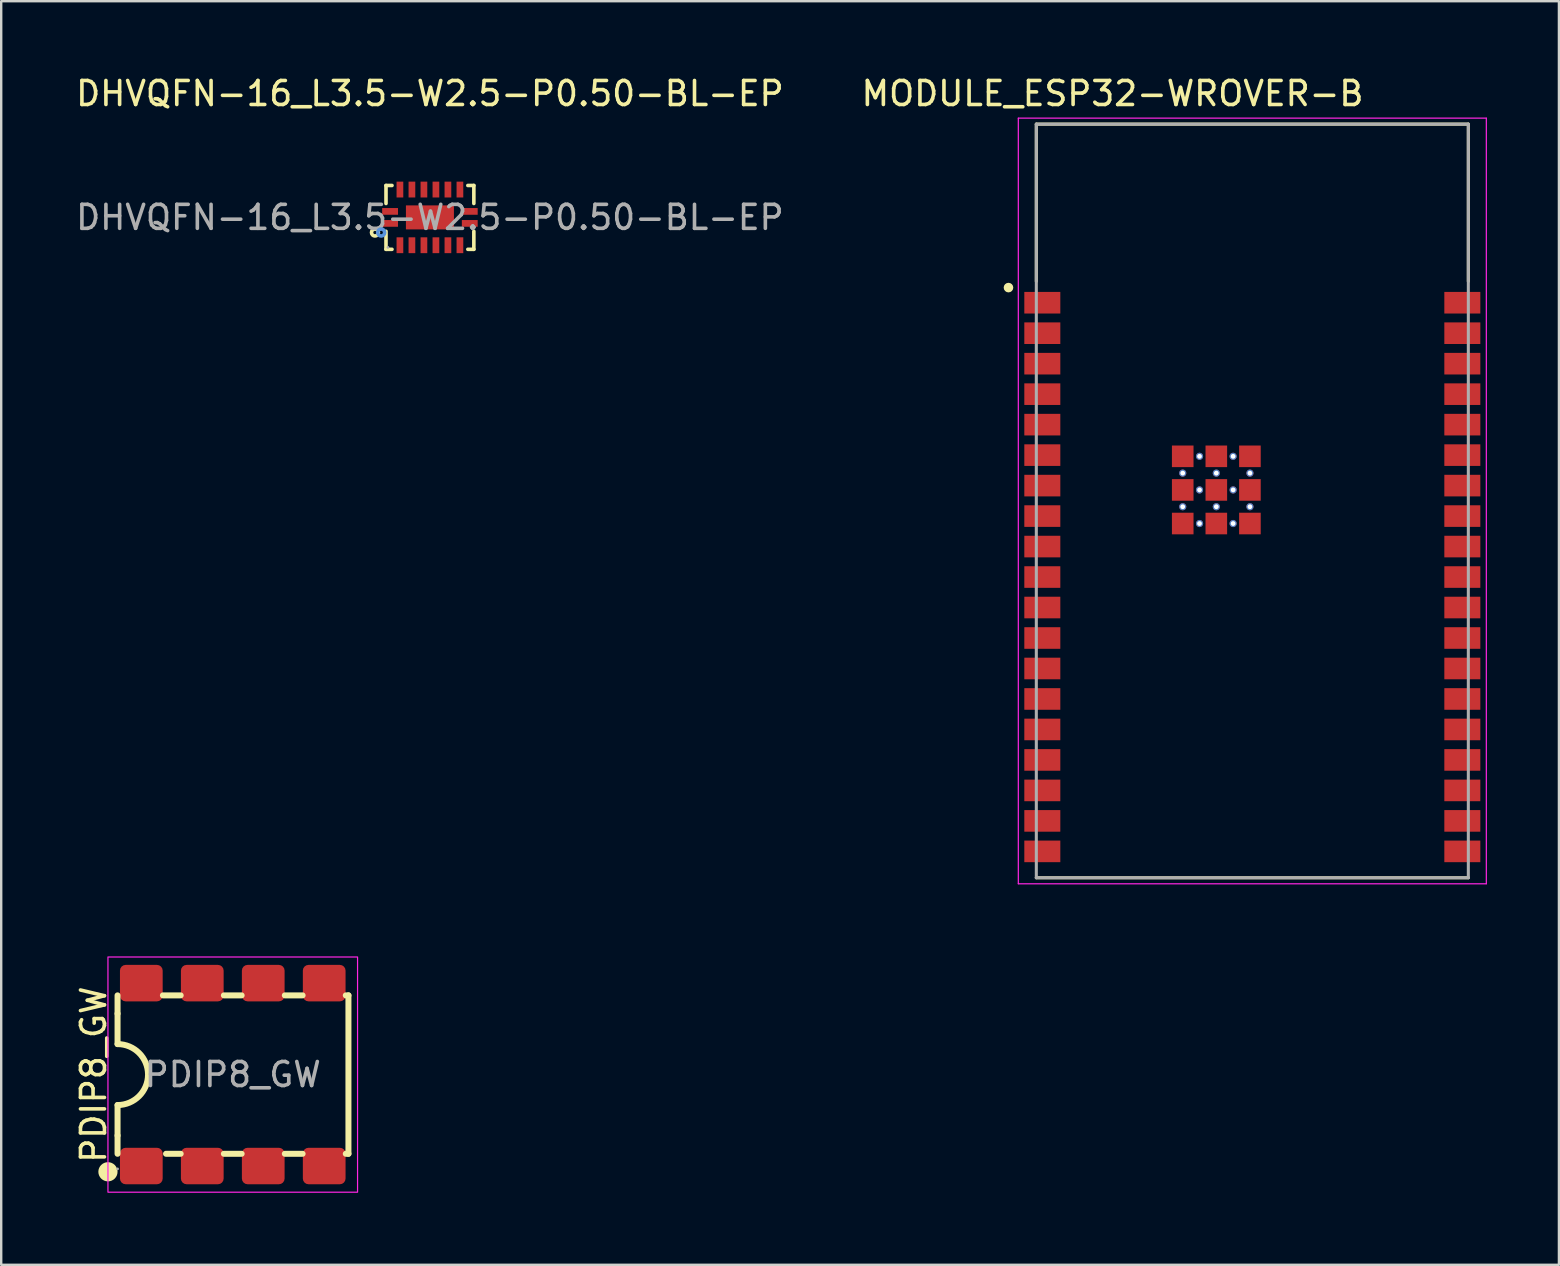
<source format=kicad_pcb>
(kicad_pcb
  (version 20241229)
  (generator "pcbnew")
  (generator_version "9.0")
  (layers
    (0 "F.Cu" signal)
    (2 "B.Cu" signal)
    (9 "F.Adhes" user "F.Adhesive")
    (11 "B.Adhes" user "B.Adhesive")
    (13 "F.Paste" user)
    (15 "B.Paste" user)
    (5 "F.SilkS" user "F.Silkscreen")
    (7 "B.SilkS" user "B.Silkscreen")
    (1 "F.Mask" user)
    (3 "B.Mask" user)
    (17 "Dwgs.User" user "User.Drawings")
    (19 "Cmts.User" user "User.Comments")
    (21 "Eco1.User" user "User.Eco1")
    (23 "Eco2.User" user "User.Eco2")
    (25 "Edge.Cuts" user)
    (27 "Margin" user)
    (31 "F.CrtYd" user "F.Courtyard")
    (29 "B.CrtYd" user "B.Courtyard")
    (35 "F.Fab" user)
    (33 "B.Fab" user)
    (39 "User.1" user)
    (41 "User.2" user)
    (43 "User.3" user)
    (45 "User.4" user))
  (footprint "DHVQFN-16_L3.5-W2.5-P0.50-BL-EP"
    (layer "F.Cu")
    (at 14.863 6.008)
    (property "Reference" "DHVQFN-16_L3.5-W2.5-P0.50-BL-EP" (at 0 -5.16 0) (layer "F.SilkS") (effects (font (size 1 1) (thickness 0.15))))
    (attr smd)
    (fp_line (start -1.83 -1.33) (end -1.58 -1.33) (stroke (width 0.15) (type solid)) (layer "F.SilkS"))
    (fp_line (start -1.83 -0.58) (end -1.83 -1.33) (stroke (width 0.15) (type solid)) (layer "F.SilkS"))
    (fp_line (start -1.83 0.58) (end -1.83 1.33) (stroke (width 0.15) (type solid)) (layer "F.SilkS"))
    (fp_line (start -1.83 1.33) (end -1.58 1.33) (stroke (width 0.15) (type solid)) (layer "F.SilkS"))
    (fp_line (start 1.83 -1.33) (end 1.58 -1.33) (stroke (width 0.15) (type solid)) (layer "F.SilkS"))
    (fp_line (start 1.83 -0.58) (end 1.83 -1.33) (stroke (width 0.15) (type solid)) (layer "F.SilkS"))
    (fp_line (start 1.83 0.58) (end 1.83 1.33) (stroke (width 0.15) (type solid)) (layer "F.SilkS"))
    (fp_line (start 1.83 1.33) (end 1.58 1.33) (stroke (width 0.15) (type solid)) (layer "F.SilkS"))
    (fp_circle (center -2.29 0.63) (end -2.22 0.63) (stroke (width 0.15) (type solid)) (fill no) (layer "F.SilkS"))
    (fp_circle (center -2.03 0.63) (end -1.96 0.63) (stroke (width 0.15) (type solid)) (fill no) (layer "Cmts.User"))
    (fp_circle (center -1.75 1.25) (end -1.72 1.25) (stroke (width 0.06) (type solid)) (fill no) (layer "F.Fab"))
    (fp_text user "${REFERENCE}" (at 0 0 0) (layer "F.Fab") (effects (font (size 1 1) (thickness 0.15))))
    (pad "1" smd rect (at -1.66 0.25) (size 0.66 0.28) (layers "F.Cu" "F.Mask" "F.Paste"))
    (pad "2" smd rect (at -1.25 1.16) (size 0.28 0.66) (layers "F.Cu" "F.Mask" "F.Paste"))
    (pad "3" smd rect (at -0.75 1.16) (size 0.28 0.66) (layers "F.Cu" "F.Mask" "F.Paste"))
    (pad "4" smd rect (at -0.25 1.16) (size 0.28 0.66) (layers "F.Cu" "F.Mask" "F.Paste"))
    (pad "5" smd rect (at 0.25 1.16) (size 0.28 0.66) (layers "F.Cu" "F.Mask" "F.Paste"))
    (pad "6" smd rect (at 0.75 1.16) (size 0.28 0.66) (layers "F.Cu" "F.Mask" "F.Paste"))
    (pad "7" smd rect (at 1.25 1.16) (size 0.28 0.66) (layers "F.Cu" "F.Mask" "F.Paste"))
    (pad "8" smd rect (at 1.66 0.25) (size 0.66 0.28) (layers "F.Cu" "F.Mask" "F.Paste"))
    (pad "9" smd rect (at 1.66 -0.25) (size 0.66 0.28) (layers "F.Cu" "F.Mask" "F.Paste"))
    (pad "10" smd rect (at 1.25 -1.16) (size 0.28 0.66) (layers "F.Cu" "F.Mask" "F.Paste"))
    (pad "11" smd rect (at 0.75 -1.16) (size 0.28 0.66) (layers "F.Cu" "F.Mask" "F.Paste"))
    (pad "12" smd rect (at 0.25 -1.16) (size 0.28 0.66) (layers "F.Cu" "F.Mask" "F.Paste"))
    (pad "13" smd rect (at -0.25 -1.16) (size 0.28 0.66) (layers "F.Cu" "F.Mask" "F.Paste"))
    (pad "14" smd rect (at -0.75 -1.16) (size 0.28 0.66) (layers "F.Cu" "F.Mask" "F.Paste"))
    (pad "15" smd rect (at -1.25 -1.16) (size 0.28 0.66) (layers "F.Cu" "F.Mask" "F.Paste"))
    (pad "16" smd rect (at -1.66 -0.25) (size 0.66 0.28) (layers "F.Cu" "F.Mask" "F.Paste"))
    (pad "17" smd rect (at 0 0) (size 2 1) (layers "F.Cu" "F.Mask" "F.Paste")))
  (footprint "PDIP8_GW"
    (layer "F.Cu")
    (at 6.648 41.723)
    (property "Reference" "PDIP8_GW" (at -5.8 0 90) (layer "F.SilkS") (effects (font (size 1 1) (thickness 0.15))))
    (attr smd)
    (fp_line (start -4.8 -2.54) (end -4.8 -3.3) (stroke (width 0.25) (type solid)) (layer "F.SilkS"))
    (fp_line (start -4.8 -1.27) (end -4.8 -2.54) (stroke (width 0.25) (type solid)) (layer "F.SilkS"))
    (fp_line (start -4.8 2.54) (end -4.8 1.27) (stroke (width 0.25) (type solid)) (layer "F.SilkS"))
    (fp_line (start -4.8 3.3) (end -4.8 2.54) (stroke (width 0.25) (type solid)) (layer "F.SilkS"))
    (fp_line (start -2.91 -3.3) (end -2.17 -3.3) (stroke (width 0.25) (type solid)) (layer "F.SilkS"))
    (fp_line (start -2.17 3.3) (end -2.78 3.3) (stroke (width 0.25) (type solid)) (layer "F.SilkS"))
    (fp_line (start -0.37 -3.3) (end 0.37 -3.3) (stroke (width 0.25) (type solid)) (layer "F.SilkS"))
    (fp_line (start 0.37 3.3) (end -0.37 3.3) (stroke (width 0.25) (type solid)) (layer "F.SilkS"))
    (fp_line (start 2.17 -3.3) (end 2.91 -3.3) (stroke (width 0.25) (type solid)) (layer "F.SilkS"))
    (fp_line (start 2.91 3.3) (end 2.17 3.3) (stroke (width 0.25) (type solid)) (layer "F.SilkS"))
    (fp_line (start 4.71 -3.3) (end 4.82 -3.3) (stroke (width 0.25) (type solid)) (layer "F.SilkS"))
    (fp_line (start 4.82 -3.3) (end 4.82 3.3) (stroke (width 0.25) (type solid)) (layer "F.SilkS"))
    (fp_line (start 4.82 3.3) (end 4.71 3.3) (stroke (width 0.25) (type solid)) (layer "F.SilkS"))
    (fp_arc (start -4.8 -1.27) (mid -3.53 0) (end -4.8 1.27) (stroke (width 0.25) (type solid)) (layer "F.SilkS"))
    (fp_circle (center -5.2 4.05) (end -5 4.05) (stroke (width 0.4) (type solid)) (fill no) (layer "F.SilkS"))
    (fp_rect (start -5.2 -4.9) (end 5.2 4.9) (stroke (width 0.05) (type default)) (fill no) (layer "F.CrtYd"))
    (fp_circle (center -4.8 3.93) (end -4.77 3.93) (stroke (width 0.06) (type solid)) (fill no) (layer "F.Fab"))
    (fp_text user "${REFERENCE}" (at 0 0 0) (layer "F.Fab") (effects (font (size 1 1) (thickness 0.15))))
    (pad "1" smd roundrect (at -3.81 3.81) (size 1.78 1.52) (layers "F.Cu" "F.Mask" "F.Paste") (roundrect_rratio 0.156))
    (pad "2" smd roundrect (at -1.27 3.81) (size 1.78 1.52) (layers "F.Cu" "F.Mask" "F.Paste") (roundrect_rratio 0.156))
    (pad "3" smd roundrect (at 1.27 3.81) (size 1.78 1.52) (layers "F.Cu" "F.Mask" "F.Paste") (roundrect_rratio 0.156))
    (pad "4" smd roundrect (at 3.81 3.81) (size 1.78 1.52) (layers "F.Cu" "F.Mask" "F.Paste") (roundrect_rratio 0.156))
    (pad "5" smd roundrect (at 3.81 -3.81) (size 1.78 1.52) (layers "F.Cu" "F.Mask" "F.Paste") (roundrect_rratio 0.156))
    (pad "6" smd roundrect (at 1.27 -3.81) (size 1.78 1.52) (layers "F.Cu" "F.Mask" "F.Paste") (roundrect_rratio 0.156))
    (pad "7" smd roundrect (at -1.27 -3.81) (size 1.78 1.52) (layers "F.Cu" "F.Mask" "F.Paste") (roundrect_rratio 0.156))
    (pad "8" smd roundrect (at -3.81 -3.81) (size 1.78 1.52) (layers "F.Cu" "F.Mask" "F.Paste") (roundrect_rratio 0.156)))
  (footprint "MODULE_ESP32-WROVER-B"
    (layer "F.Cu")
    (at 49.129 17.823)
    (property "Reference" "MODULE_ESP32-WROVER-B" (at -5.825 -16.975 0) (layer "F.SilkS") (effects (font (size 1 1) (thickness 0.15))))
    (attr smd)
    (fp_line (start -9 -15.7) (end -9 -9.15) (stroke (width 0.127) (type solid)) (layer "F.SilkS"))
    (fp_line (start -9 15.7) (end 9 15.7) (stroke (width 0.127) (type solid)) (layer "F.SilkS"))
    (fp_line (start 9 -15.7) (end -9 -15.7) (stroke (width 0.127) (type solid)) (layer "F.SilkS"))
    (fp_line (start 9 -9.15) (end 9 -15.7) (stroke (width 0.127) (type solid)) (layer "F.SilkS"))
    (fp_circle (center -10.16 -8.89) (end -10.06 -8.89) (stroke (width 0.2) (type solid)) (fill no) (layer "F.SilkS"))
    (fp_line (start -9.75 -15.95) (end -9.75 15.95) (stroke (width 0.05) (type solid)) (layer "F.CrtYd"))
    (fp_line (start -9.75 15.95) (end 9.75 15.95) (stroke (width 0.05) (type solid)) (layer "F.CrtYd"))
    (fp_line (start 9.75 -15.95) (end -9.75 -15.95) (stroke (width 0.05) (type solid)) (layer "F.CrtYd"))
    (fp_line (start 9.75 15.95) (end 9.75 -15.95) (stroke (width 0.05) (type solid)) (layer "F.CrtYd"))
    (fp_line (start -9 -15.7) (end -9 15.7) (stroke (width 0.127) (type solid)) (layer "F.Fab"))
    (fp_line (start -9 15.7) (end 9 15.7) (stroke (width 0.127) (type solid)) (layer "F.Fab"))
    (fp_line (start 9 -15.7) (end -9 -15.7) (stroke (width 0.127) (type solid)) (layer "F.Fab"))
    (fp_line (start 9 15.7) (end 9 -15.7) (stroke (width 0.127) (type solid)) (layer "F.Fab"))
    (pad "1" smd rect (at -8.75 -8.26) (size 1.5 0.9) (layers "F.Cu" "F.Mask" "F.Paste"))
    (pad "2" smd rect (at -8.75 -6.99) (size 1.5 0.9) (layers "F.Cu" "F.Mask" "F.Paste"))
    (pad "3" smd rect (at -8.75 -5.72) (size 1.5 0.9) (layers "F.Cu" "F.Mask" "F.Paste"))
    (pad "4" smd rect (at -8.75 -4.45) (size 1.5 0.9) (layers "F.Cu" "F.Mask" "F.Paste"))
    (pad "5" smd rect (at -8.75 -3.18) (size 1.5 0.9) (layers "F.Cu" "F.Mask" "F.Paste"))
    (pad "6" smd rect (at -8.75 -1.91) (size 1.5 0.9) (layers "F.Cu" "F.Mask" "F.Paste"))
    (pad "7" smd rect (at -8.75 -0.64) (size 1.5 0.9) (layers "F.Cu" "F.Mask" "F.Paste"))
    (pad "8" smd rect (at -8.75 0.63) (size 1.5 0.9) (layers "F.Cu" "F.Mask" "F.Paste"))
    (pad "9" smd rect (at -8.75 1.9) (size 1.5 0.9) (layers "F.Cu" "F.Mask" "F.Paste"))
    (pad "10" smd rect (at -8.75 3.17) (size 1.5 0.9) (layers "F.Cu" "F.Mask" "F.Paste"))
    (pad "11" smd rect (at -8.75 4.44) (size 1.5 0.9) (layers "F.Cu" "F.Mask" "F.Paste"))
    (pad "12" smd rect (at -8.75 5.71) (size 1.5 0.9) (layers "F.Cu" "F.Mask" "F.Paste"))
    (pad "13" smd rect (at -8.75 6.98) (size 1.5 0.9) (layers "F.Cu" "F.Mask" "F.Paste"))
    (pad "14" smd rect (at -8.75 8.25) (size 1.5 0.9) (layers "F.Cu" "F.Mask" "F.Paste"))
    (pad "15" smd rect (at -8.75 9.52) (size 1.5 0.9) (layers "F.Cu" "F.Mask" "F.Paste"))
    (pad "16" smd rect (at -8.75 10.79) (size 1.5 0.9) (layers "F.Cu" "F.Mask" "F.Paste"))
    (pad "17" smd rect (at -8.75 12.06) (size 1.5 0.9) (layers "F.Cu" "F.Mask" "F.Paste"))
    (pad "18" smd rect (at -8.75 13.33) (size 1.5 0.9) (layers "F.Cu" "F.Mask" "F.Paste"))
    (pad "19" smd rect (at -8.75 14.6) (size 1.5 0.9) (layers "F.Cu" "F.Mask" "F.Paste"))
    (pad "20" smd rect (at 8.75 14.6) (size 1.5 0.9) (layers "F.Cu" "F.Mask" "F.Paste"))
    (pad "21" smd rect (at 8.75 13.33) (size 1.5 0.9) (layers "F.Cu" "F.Mask" "F.Paste"))
    (pad "22" smd rect (at 8.75 12.06) (size 1.5 0.9) (layers "F.Cu" "F.Mask" "F.Paste"))
    (pad "23" smd rect (at 8.75 10.79) (size 1.5 0.9) (layers "F.Cu" "F.Mask" "F.Paste"))
    (pad "24" smd rect (at 8.75 9.52) (size 1.5 0.9) (layers "F.Cu" "F.Mask" "F.Paste"))
    (pad "25" smd rect (at 8.75 8.25) (size 1.5 0.9) (layers "F.Cu" "F.Mask" "F.Paste"))
    (pad "26" smd rect (at 8.75 6.98) (size 1.5 0.9) (layers "F.Cu" "F.Mask" "F.Paste"))
    (pad "27" smd rect (at 8.75 5.71) (size 1.5 0.9) (layers "F.Cu" "F.Mask" "F.Paste"))
    (pad "28" smd rect (at 8.75 4.44) (size 1.5 0.9) (layers "F.Cu" "F.Mask" "F.Paste"))
    (pad "29" smd rect (at 8.75 3.17) (size 1.5 0.9) (layers "F.Cu" "F.Mask" "F.Paste"))
    (pad "30" smd rect (at 8.75 1.9) (size 1.5 0.9) (layers "F.Cu" "F.Mask" "F.Paste"))
    (pad "31" smd rect (at 8.75 0.63) (size 1.5 0.9) (layers "F.Cu" "F.Mask" "F.Paste"))
    (pad "32" smd rect (at 8.75 -0.64) (size 1.5 0.9) (layers "F.Cu" "F.Mask" "F.Paste"))
    (pad "33" smd rect (at 8.75 -1.91) (size 1.5 0.9) (layers "F.Cu" "F.Mask" "F.Paste"))
    (pad "34" smd rect (at 8.75 -3.18) (size 1.5 0.9) (layers "F.Cu" "F.Mask" "F.Paste"))
    (pad "35" smd rect (at 8.75 -4.45) (size 1.5 0.9) (layers "F.Cu" "F.Mask" "F.Paste"))
    (pad "36" smd rect (at 8.75 -5.72) (size 1.5 0.9) (layers "F.Cu" "F.Mask" "F.Paste"))
    (pad "37" smd rect (at 8.75 -6.99) (size 1.5 0.9) (layers "F.Cu" "F.Mask" "F.Paste"))
    (pad "38" smd rect (at 8.75 -8.26) (size 1.5 0.9) (layers "F.Cu" "F.Mask" "F.Paste"))
    (pad "39" smd rect (at -2.9 -0.46) (size 0.9 0.9) (layers "F.Cu" "F.Mask" "F.Paste"))
    (pad "40" smd rect (at -1.5 -0.46) (size 0.9 0.9) (layers "F.Cu" "F.Mask" "F.Paste"))
    (pad "41" smd rect (at -0.1 -0.46) (size 0.9 0.9) (layers "F.Cu" "F.Mask" "F.Paste"))
    (pad "42" smd rect (at -2.9 -1.86) (size 0.9 0.9) (layers "F.Cu" "F.Mask" "F.Paste"))
    (pad "43" smd rect (at -1.5 -1.86) (size 0.9 0.9) (layers "F.Cu" "F.Mask" "F.Paste"))
    (pad "44" smd rect (at -0.1 -1.86) (size 0.9 0.9) (layers "F.Cu" "F.Mask" "F.Paste"))
    (pad "45" smd rect (at -2.9 0.94) (size 0.9 0.9) (layers "F.Cu" "F.Mask" "F.Paste"))
    (pad "46" smd rect (at -1.5 0.94) (size 0.9 0.9) (layers "F.Cu" "F.Mask" "F.Paste"))
    (pad "47" smd rect (at -0.1 0.94) (size 0.9 0.9) (layers "F.Cu" "F.Mask" "F.Paste"))
    (pad "48" thru_hole circle (at -0.1 -1.16) (size 0.3 0.3) (drill 0.2) (layers "*.Cu" "*.Mask"))
    (pad "49" thru_hole circle (at -1.5 -1.16) (size 0.3 0.3) (drill 0.2) (layers "*.Cu" "*.Mask"))
    (pad "50" thru_hole circle (at -2.9 -1.16) (size 0.3 0.3) (drill 0.2) (layers "*.Cu" "*.Mask"))
    (pad "51" thru_hole circle (at -2.9 0.24) (size 0.3 0.3) (drill 0.2) (layers "*.Cu" "*.Mask"))
    (pad "52" thru_hole circle (at -1.5 0.24) (size 0.3 0.3) (drill 0.2) (layers "*.Cu" "*.Mask"))
    (pad "53" thru_hole circle (at -0.1 0.24) (size 0.3 0.3) (drill 0.2) (layers "*.Cu" "*.Mask"))
    (pad "54" thru_hole circle (at -0.8 -1.86) (size 0.3 0.3) (drill 0.2) (layers "*.Cu" "*.Mask"))
    (pad "55" thru_hole circle (at -2.2 -1.86) (size 0.3 0.3) (drill 0.2) (layers "*.Cu" "*.Mask"))
    (pad "56" thru_hole circle (at -0.8 -0.46) (size 0.3 0.3) (drill 0.2) (layers "*.Cu" "*.Mask"))
    (pad "57" thru_hole circle (at -2.2 -0.46) (size 0.3 0.3) (drill 0.2) (layers "*.Cu" "*.Mask"))
    (pad "58" thru_hole circle (at -2.2 0.94) (size 0.3 0.3) (drill 0.2) (layers "*.Cu" "*.Mask"))
    (pad "59" thru_hole circle (at -0.8 0.94) (size 0.3 0.3) (drill 0.2) (layers "*.Cu" "*.Mask"))
    (zone (net_name "") (layer "F.Cu") (hatch full 0.508) (connect_pads) (min_thickness 0.01) (filled_areas_thickness no) (keepout (tracks not_allowed) (vias not_allowed) (pads not_allowed) (copperpour not_allowed) (footprints allowed)) (placement (enabled no)) (fill) (polygon (pts (xy 40.129 2.123) (xy 58.129 2.123) (xy 58.129 8.343) (xy 40.129 8.343))))
    (zone (net_name "") (layers "F.Cu" "B.Cu") (hatch full 0.508) (connect_pads) (min_thickness 0.01) (filled_areas_thickness no) (keepout (tracks allowed) (vias not_allowed) (pads allowed) (copperpour allowed) (footprints allowed)) (placement (enabled no)) (fill) (polygon (pts (xy 40.129 2.123) (xy 58.129 2.123) (xy 58.129 8.343) (xy 40.129 8.343)))))
  (gr_rect
    (start -3 -3)
    (end 61.904 49.648)
    (stroke (width 0.1) (type default))
    (fill no)
    (layer "Edge.Cuts")))
</source>
